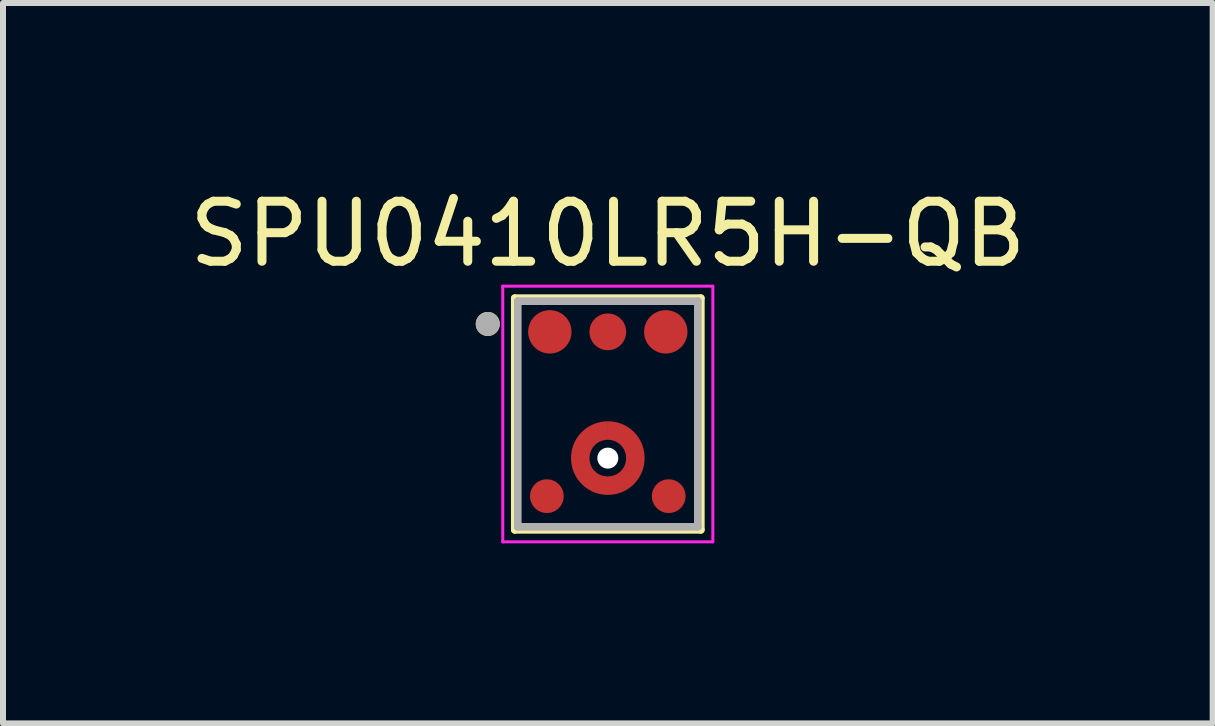
<source format=kicad_pcb>
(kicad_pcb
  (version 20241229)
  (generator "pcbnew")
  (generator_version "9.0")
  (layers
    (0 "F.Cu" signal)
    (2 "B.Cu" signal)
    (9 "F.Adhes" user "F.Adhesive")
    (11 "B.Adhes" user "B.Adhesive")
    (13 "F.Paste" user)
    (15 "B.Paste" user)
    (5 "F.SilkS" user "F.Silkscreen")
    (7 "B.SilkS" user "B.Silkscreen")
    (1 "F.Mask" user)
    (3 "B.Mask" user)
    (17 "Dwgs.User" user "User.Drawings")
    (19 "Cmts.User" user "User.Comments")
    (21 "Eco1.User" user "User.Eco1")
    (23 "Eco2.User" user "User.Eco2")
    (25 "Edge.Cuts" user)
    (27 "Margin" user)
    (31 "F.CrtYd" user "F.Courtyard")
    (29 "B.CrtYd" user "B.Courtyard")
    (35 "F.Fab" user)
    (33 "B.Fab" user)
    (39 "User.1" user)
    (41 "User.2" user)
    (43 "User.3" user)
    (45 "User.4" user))
  (footprint "SPU0410LR5H-QB"
    (layer "F.Cu")
    (at 7.077 3.848)
    (property "Reference" "SPU0410LR5H-QB" (at 0 -3 0) (layer "F.SilkS") (effects (font (size 1 1) (thickness 0.15))))
    (attr smd)
    (fp_circle (center 0 0.735) (end 0.459 0.735) (stroke (width 0.32) (type solid)) (fill no) (layer "F.Mask"))
    (fp_line (start -1.55 -1.93) (end 1.55 -1.93) (stroke (width 0.127) (type solid)) (layer "F.SilkS"))
    (fp_line (start -1.55 1.93) (end -1.55 -1.93) (stroke (width 0.127) (type solid)) (layer "F.SilkS"))
    (fp_line (start 1.55 -1.93) (end 1.55 1.93) (stroke (width 0.127) (type solid)) (layer "F.SilkS"))
    (fp_line (start 1.55 1.93) (end -1.55 1.93) (stroke (width 0.127) (type solid)) (layer "F.SilkS"))
    (fp_circle (center -2 -1.5) (end -1.9 -1.5) (stroke (width 0.2) (type solid)) (fill no) (layer "F.SilkS"))
    (fp_poly (pts (xy -0.48 1.109) (xy -0.499 1.083) (xy -0.514 1.061) (xy -0.528 1.039) (xy -0.541 1.015) (xy -0.553 0.992) (xy -0.564 0.967) (xy -0.574 0.943) (xy -0.582 0.918) (xy -0.59 0.892) (xy -0.596 0.866) (xy -0.601 0.84) (xy -0.605 0.814) (xy -0.608 0.788) (xy -0.61 0.761) (xy -0.611 0.735) (xy -0.61 0.708) (xy -0.608 0.681) (xy -0.605 0.655) (xy -0.601 0.629) (xy -0.596 0.603) (xy -0.59 0.577) (xy -0.582 0.551) (xy -0.574 0.526) (xy -0.564 0.502) (xy -0.553 0.477) (xy -0.541 0.454) (xy -0.528 0.43) (xy -0.514 0.408) (xy -0.499 0.386) (xy -0.48 0.36) (xy -0.262 0.578) (xy -0.268 0.588) (xy -0.273 0.597) (xy -0.278 0.607) (xy -0.283 0.617) (xy -0.287 0.627) (xy -0.291 0.638) (xy -0.294 0.648) (xy -0.297 0.659) (xy -0.3 0.669) (xy -0.302 0.68) (xy -0.304 0.691) (xy -0.305 0.702) (xy -0.306 0.713) (xy -0.307 0.724) (xy -0.307 0.735) (xy -0.307 0.745) (xy -0.306 0.756) (xy -0.305 0.767) (xy -0.304 0.778) (xy -0.302 0.789) (xy -0.3 0.8) (xy -0.297 0.81) (xy -0.294 0.821) (xy -0.291 0.831) (xy -0.287 0.842) (xy -0.283 0.852) (xy -0.278 0.862) (xy -0.273 0.872) (xy -0.268 0.881) (xy -0.262 0.891) (xy -0.48 1.109) (xy -0.48 1.109)) (stroke (width 0.001) (type solid)) (fill yes) (layer "F.Paste"))
    (fp_poly (pts (xy -0.374 0.254) (xy -0.357 0.241) (xy -0.335 0.226) (xy -0.312 0.211) (xy -0.289 0.198) (xy -0.265 0.185) (xy -0.241 0.174) (xy -0.216 0.164) (xy -0.19 0.155) (xy -0.165 0.147) (xy -0.139 0.14) (xy -0.112 0.134) (xy -0.086 0.13) (xy -0.059 0.127) (xy -0.032 0.125) (xy -0.005 0.124) (xy 0.022 0.124) (xy 0.049 0.126) (xy 0.075 0.128) (xy 0.102 0.132) (xy 0.128 0.138) (xy 0.155 0.144) (xy 0.18 0.151) (xy 0.206 0.16) (xy 0.231 0.17) (xy 0.256 0.181) (xy 0.28 0.193) (xy 0.303 0.206) (xy 0.326 0.22) (xy 0.348 0.235) (xy 0.374 0.254) (xy 0.156 0.472) (xy 0.147 0.467) (xy 0.137 0.461) (xy 0.127 0.456) (xy 0.117 0.452) (xy 0.107 0.448) (xy 0.097 0.444) (xy 0.087 0.44) (xy 0.076 0.437) (xy 0.065 0.435) (xy 0.055 0.432) (xy 0.044 0.431) (xy 0.033 0.429) (xy 0.022 0.428) (xy 0.011 0.428) (xy 0 0.427) (xy -0.011 0.428) (xy -0.022 0.428) (xy -0.033 0.429) (xy -0.044 0.431) (xy -0.055 0.432) (xy -0.065 0.435) (xy -0.076 0.437) (xy -0.087 0.44) (xy -0.097 0.444) (xy -0.107 0.448) (xy -0.117 0.452) (xy -0.127 0.456) (xy -0.137 0.461) (xy -0.147 0.467) (xy -0.156 0.472) (xy -0.374 0.254) (xy -0.374 0.254)) (stroke (width 0.001) (type solid)) (fill yes) (layer "F.Paste"))
    (fp_poly (pts (xy 0.374 1.215) (xy 0.348 1.234) (xy 0.326 1.249) (xy 0.303 1.263) (xy 0.28 1.276) (xy 0.256 1.288) (xy 0.231 1.299) (xy 0.206 1.309) (xy 0.18 1.318) (xy 0.155 1.325) (xy 0.128 1.331) (xy 0.102 1.337) (xy 0.075 1.341) (xy 0.049 1.343) (xy 0.022 1.345) (xy -0.005 1.345) (xy -0.032 1.344) (xy -0.059 1.342) (xy -0.086 1.339) (xy -0.112 1.335) (xy -0.139 1.329) (xy -0.165 1.322) (xy -0.19 1.314) (xy -0.216 1.305) (xy -0.241 1.295) (xy -0.265 1.284) (xy -0.289 1.271) (xy -0.312 1.258) (xy -0.335 1.243) (xy -0.357 1.228) (xy -0.374 1.215) (xy -0.156 0.997) (xy -0.147 1.002) (xy -0.137 1.008) (xy -0.127 1.013) (xy -0.117 1.017) (xy -0.107 1.021) (xy -0.097 1.025) (xy -0.087 1.029) (xy -0.076 1.032) (xy -0.065 1.034) (xy -0.055 1.037) (xy -0.044 1.038) (xy -0.033 1.04) (xy -0.022 1.041) (xy -0.011 1.041) (xy 0 1.042) (xy 0.011 1.041) (xy 0.022 1.041) (xy 0.033 1.04) (xy 0.044 1.038) (xy 0.055 1.037) (xy 0.065 1.034) (xy 0.076 1.032) (xy 0.087 1.029) (xy 0.097 1.025) (xy 0.107 1.021) (xy 0.117 1.017) (xy 0.127 1.013) (xy 0.137 1.008) (xy 0.147 1.002) (xy 0.156 0.997) (xy 0.374 1.215) (xy 0.374 1.215)) (stroke (width 0.001) (type solid)) (fill yes) (layer "F.Paste"))
    (fp_poly (pts (xy 0.48 0.36) (xy 0.494 0.378) (xy 0.509 0.4) (xy 0.524 0.423) (xy 0.537 0.447) (xy 0.55 0.471) (xy 0.561 0.496) (xy 0.572 0.521) (xy 0.581 0.547) (xy 0.589 0.573) (xy 0.595 0.599) (xy 0.601 0.626) (xy 0.605 0.653) (xy 0.608 0.68) (xy 0.61 0.707) (xy 0.611 0.735) (xy 0.61 0.762) (xy 0.608 0.789) (xy 0.605 0.816) (xy 0.601 0.843) (xy 0.595 0.87) (xy 0.589 0.896) (xy 0.581 0.922) (xy 0.572 0.948) (xy 0.561 0.973) (xy 0.55 0.998) (xy 0.537 1.022) (xy 0.524 1.046) (xy 0.509 1.069) (xy 0.494 1.091) (xy 0.48 1.109) (xy 0.262 0.891) (xy 0.268 0.881) (xy 0.273 0.872) (xy 0.278 0.862) (xy 0.283 0.852) (xy 0.287 0.842) (xy 0.291 0.831) (xy 0.294 0.821) (xy 0.297 0.81) (xy 0.3 0.8) (xy 0.302 0.789) (xy 0.304 0.778) (xy 0.305 0.767) (xy 0.306 0.756) (xy 0.307 0.745) (xy 0.307 0.735) (xy 0.307 0.724) (xy 0.306 0.713) (xy 0.305 0.702) (xy 0.304 0.691) (xy 0.302 0.68) (xy 0.3 0.669) (xy 0.297 0.659) (xy 0.294 0.648) (xy 0.291 0.638) (xy 0.287 0.627) (xy 0.283 0.617) (xy 0.278 0.607) (xy 0.273 0.597) (xy 0.268 0.588) (xy 0.262 0.578) (xy 0.48 0.36) (xy 0.48 0.36)) (stroke (width 0.001) (type solid)) (fill yes) (layer "F.Paste"))
    (fp_line (start -1.75 -2.13) (end 1.75 -2.13) (stroke (width 0.05) (type solid)) (layer "F.CrtYd"))
    (fp_line (start -1.75 2.13) (end -1.75 -2.13) (stroke (width 0.05) (type solid)) (layer "F.CrtYd"))
    (fp_line (start 1.75 -2.13) (end 1.75 2.13) (stroke (width 0.05) (type solid)) (layer "F.CrtYd"))
    (fp_line (start 1.75 2.13) (end -1.75 2.13) (stroke (width 0.05) (type solid)) (layer "F.CrtYd"))
    (fp_line (start -1.5 -1.88) (end 1.5 -1.88) (stroke (width 0.127) (type solid)) (layer "F.Fab"))
    (fp_line (start -1.5 1.88) (end -1.5 -1.88) (stroke (width 0.127) (type solid)) (layer "F.Fab"))
    (fp_line (start 1.5 -1.88) (end 1.5 1.88) (stroke (width 0.127) (type solid)) (layer "F.Fab"))
    (fp_line (start 1.5 1.88) (end -1.5 1.88) (stroke (width 0.127) (type solid)) (layer "F.Fab"))
    (fp_circle (center -2 -1.5) (end -1.9 -1.5) (stroke (width 0.2) (type solid)) (fill no) (layer "F.Fab"))
    (pad "" np_thru_hole circle (at 0 0.735) (size 0.35 0.35) (drill 0.35) (layers "*.Cu" "*.Mask"))
    (pad "1" smd circle (at -0.966 -1.369) (size 0.723 0.723) (layers "F.Cu" "F.Mask" "F.Paste"))
    (pad "2" smd circle (at -1.015 1.369) (size 0.562 0.562) (layers "F.Cu" "F.Mask" "F.Paste"))
    (pad "3" smd circle (at 1.015 1.369) (size 0.562 0.562) (layers "F.Cu" "F.Mask" "F.Paste"))
    (pad "4" smd circle (at 0.966 -1.369) (size 0.723 0.723) (layers "F.Cu" "F.Mask" "F.Paste"))
    (pad "5" smd circle (at 0 -1.369) (size 0.612 0.612) (layers "F.Cu" "F.Mask" "F.Paste"))
    (pad "6" smd custom (at 0.47 0.74) (size 0.25 0.25) (layers "F.Cu") (options (anchor rect)) (primitives (gr_poly (pts (xy -0.47 -0.31) (xy -0.471 -0.618) (xy -0.504 -0.617) (xy -0.536 -0.614) (xy -0.568 -0.61) (xy -0.599 -0.604) (xy -0.63 -0.597) (xy -0.661 -0.588) (xy -0.691 -0.577) (xy -0.72 -0.565) (xy -0.749 -0.551) (xy -0.777 -0.536) (xy -0.804 -0.519) (xy -0.831 -0.501) (xy -0.856 -0.482) (xy -0.88 -0.461) (xy -0.903 -0.439) (xy -0.925 -0.416) (xy -0.946 -0.392) (xy -0.966 -0.366) (xy -0.984 -0.34) (xy -1 -0.313) (xy -1.016 -0.285) (xy -1.029 -0.256) (xy -1.042 -0.226) (xy -1.052 -0.196) (xy -1.061 -0.166) (xy -1.069 -0.135) (xy -1.074 -0.103) (xy -1.079 -0.072) (xy -1.081 -0.04) (xy -1.082 -0.01) (xy -1.082 -0.001) (xy -1.081 0.029) (xy -1.079 0.06) (xy -1.074 0.092) (xy -1.069 0.124) (xy -1.061 0.155) (xy -1.052 0.185) (xy -1.042 0.215) (xy -1.029 0.245) (xy -1.016 0.274) (xy -1 0.302) (xy -0.984 0.329) (xy -0.966 0.355) (xy -0.946 0.38) (xy -0.925 0.405) (xy -0.903 0.428) (xy -0.88 0.45) (xy -0.856 0.471) (xy -0.831 0.49) (xy -0.804 0.508) (xy -0.777 0.525) (xy -0.749 0.54) (xy -0.72 0.554) (xy -0.691 0.566) (xy -0.661 0.577) (xy -0.63 0.586) (xy -0.599 0.593) (xy -0.568 0.599) (xy -0.536 0.603) (xy -0.504 0.606) (xy -0.47 0.607) (xy -0.469 0.607) (xy -0.435 0.606) (xy -0.403 0.603) (xy -0.372 0.599) (xy -0.34 0.593) (xy -0.309 0.586) (xy -0.279 0.577) (xy -0.249 0.566) (xy -0.219 0.554) (xy -0.19 0.54) (xy -0.162 0.525) (xy -0.135 0.508) (xy -0.109 0.49) (xy -0.084 0.471) (xy -0.059 0.45) (xy -0.036 0.428) (xy -0.014 0.405) (xy 0.006 0.381) (xy 0.026 0.356) (xy 0.044 0.329) (xy 0.06 0.302) (xy 0.076 0.274) (xy 0.089 0.245) (xy 0.102 0.216) (xy 0.112 0.186) (xy 0.121 0.155) (xy 0.129 0.124) (xy 0.135 0.093) (xy 0.139 0.061) (xy 0.141 0.03) (xy 0.142 0) (xy 0.142 -0.03) (xy 0.14 -0.065) (xy 0.136 -0.096) (xy 0.131 -0.127) (xy 0.125 -0.158) (xy 0.116 -0.188) (xy 0.106 -0.218) (xy 0.095 -0.247) (xy 0.082 -0.275) (xy 0.068 -0.303) (xy 0.052 -0.33) (xy 0.035 -0.356) (xy 0.017 -0.382) (xy -0.003 -0.406) (xy -0.024 -0.429) (xy -0.046 -0.451) (xy -0.07 -0.472) (xy -0.094 -0.492) (xy -0.119 -0.511) (xy -0.145 -0.528) (xy -0.172 -0.543) (xy -0.2 -0.558) (xy -0.229 -0.571) (xy -0.258 -0.582) (xy -0.288 -0.592) (xy -0.318 -0.6) (xy -0.349 -0.607) (xy -0.38 -0.612) (xy -0.411 -0.615) (xy -0.442 -0.617) (xy -0.469 -0.618) (xy -0.469 -0.311) (xy -0.452 -0.31) (xy -0.436 -0.309) (xy -0.42 -0.307) (xy -0.405 -0.304) (xy -0.389 -0.3) (xy -0.374 -0.296) (xy -0.359 -0.29) (xy -0.344 -0.284) (xy -0.33 -0.278) (xy -0.316 -0.27) (xy -0.303 -0.262) (xy -0.29 -0.253) (xy -0.277 -0.243) (xy -0.265 -0.233) (xy -0.254 -0.222) (xy -0.243 -0.21) (xy -0.232 -0.198) (xy -0.223 -0.186) (xy -0.214 -0.173) (xy -0.206 -0.159) (xy -0.198 -0.145) (xy -0.191 -0.131) (xy -0.185 -0.116) (xy -0.18 -0.101) (xy -0.175 -0.086) (xy -0.172 -0.071) (xy -0.169 -0.055) (xy -0.167 -0.04) (xy -0.165 -0.024) (xy -0.165 -0.01) (xy -0.165 0) (xy -0.166 0.018) (xy -0.167 0.034) (xy -0.17 0.05) (xy -0.173 0.065) (xy -0.177 0.081) (xy -0.181 0.096) (xy -0.187 0.11) (xy -0.193 0.125) (xy -0.2 0.139) (xy -0.208 0.153) (xy -0.217 0.166) (xy -0.226 0.179) (xy -0.236 0.192) (xy -0.246 0.203) (xy -0.257 0.215) (xy -0.269 0.225) (xy -0.281 0.235) (xy -0.294 0.245) (xy -0.307 0.254) (xy -0.321 0.262) (xy -0.335 0.269) (xy -0.349 0.275) (xy -0.364 0.281) (xy -0.379 0.286) (xy -0.394 0.291) (xy -0.41 0.294) (xy -0.425 0.297) (xy -0.441 0.298) (xy -0.457 0.299) (xy -0.47 0.3) (xy -0.48 0.3) (xy -0.493 0.299) (xy -0.509 0.298) (xy -0.524 0.296) (xy -0.54 0.293) (xy -0.555 0.289) (xy -0.57 0.285) (xy -0.584 0.28) (xy -0.599 0.274) (xy -0.613 0.267) (xy -0.626 0.26) (xy -0.64 0.252) (xy -0.652 0.243) (xy -0.665 0.233) (xy -0.677 0.223) (xy -0.688 0.212) (xy -0.699 0.201) (xy -0.709 0.189) (xy -0.718 0.177) (xy -0.727 0.164) (xy -0.735 0.151) (xy -0.743 0.137) (xy -0.749 0.123) (xy -0.755 0.109) (xy -0.76 0.094) (xy -0.765 0.079) (xy -0.769 0.064) (xy -0.771 0.049) (xy -0.773 0.033) (xy -0.775 0.018) (xy -0.775 0) (xy -0.775 -0.01) (xy -0.775 -0.024) (xy -0.773 -0.04) (xy -0.771 -0.055) (xy -0.768 -0.071) (xy -0.765 -0.086) (xy -0.76 -0.101) (xy -0.755 -0.116) (xy -0.749 -0.131) (xy -0.742 -0.145) (xy -0.734 -0.159) (xy -0.726 -0.173) (xy -0.717 -0.186) (xy -0.708 -0.198) (xy -0.697 -0.21) (xy -0.686 -0.222) (xy -0.675 -0.233) (xy -0.663 -0.243) (xy -0.65 -0.253) (xy -0.637 -0.262) (xy -0.624 -0.27) (xy -0.61 -0.278) (xy -0.596 -0.284) (xy -0.581 -0.29) (xy -0.566 -0.296) (xy -0.551 -0.3) (xy -0.535 -0.304) (xy -0.52 -0.307) (xy -0.504 -0.309) (xy -0.488 -0.31) (xy -0.471 -0.311) (xy -0.47 -0.31)) (width 0.001) (fill yes)))))
  (gr_rect
    (start -3 -3)
    (end 17.155 9.003)
    (stroke (width 0.1) (type default))
    (fill no)
    (layer "Edge.Cuts")))
</source>
